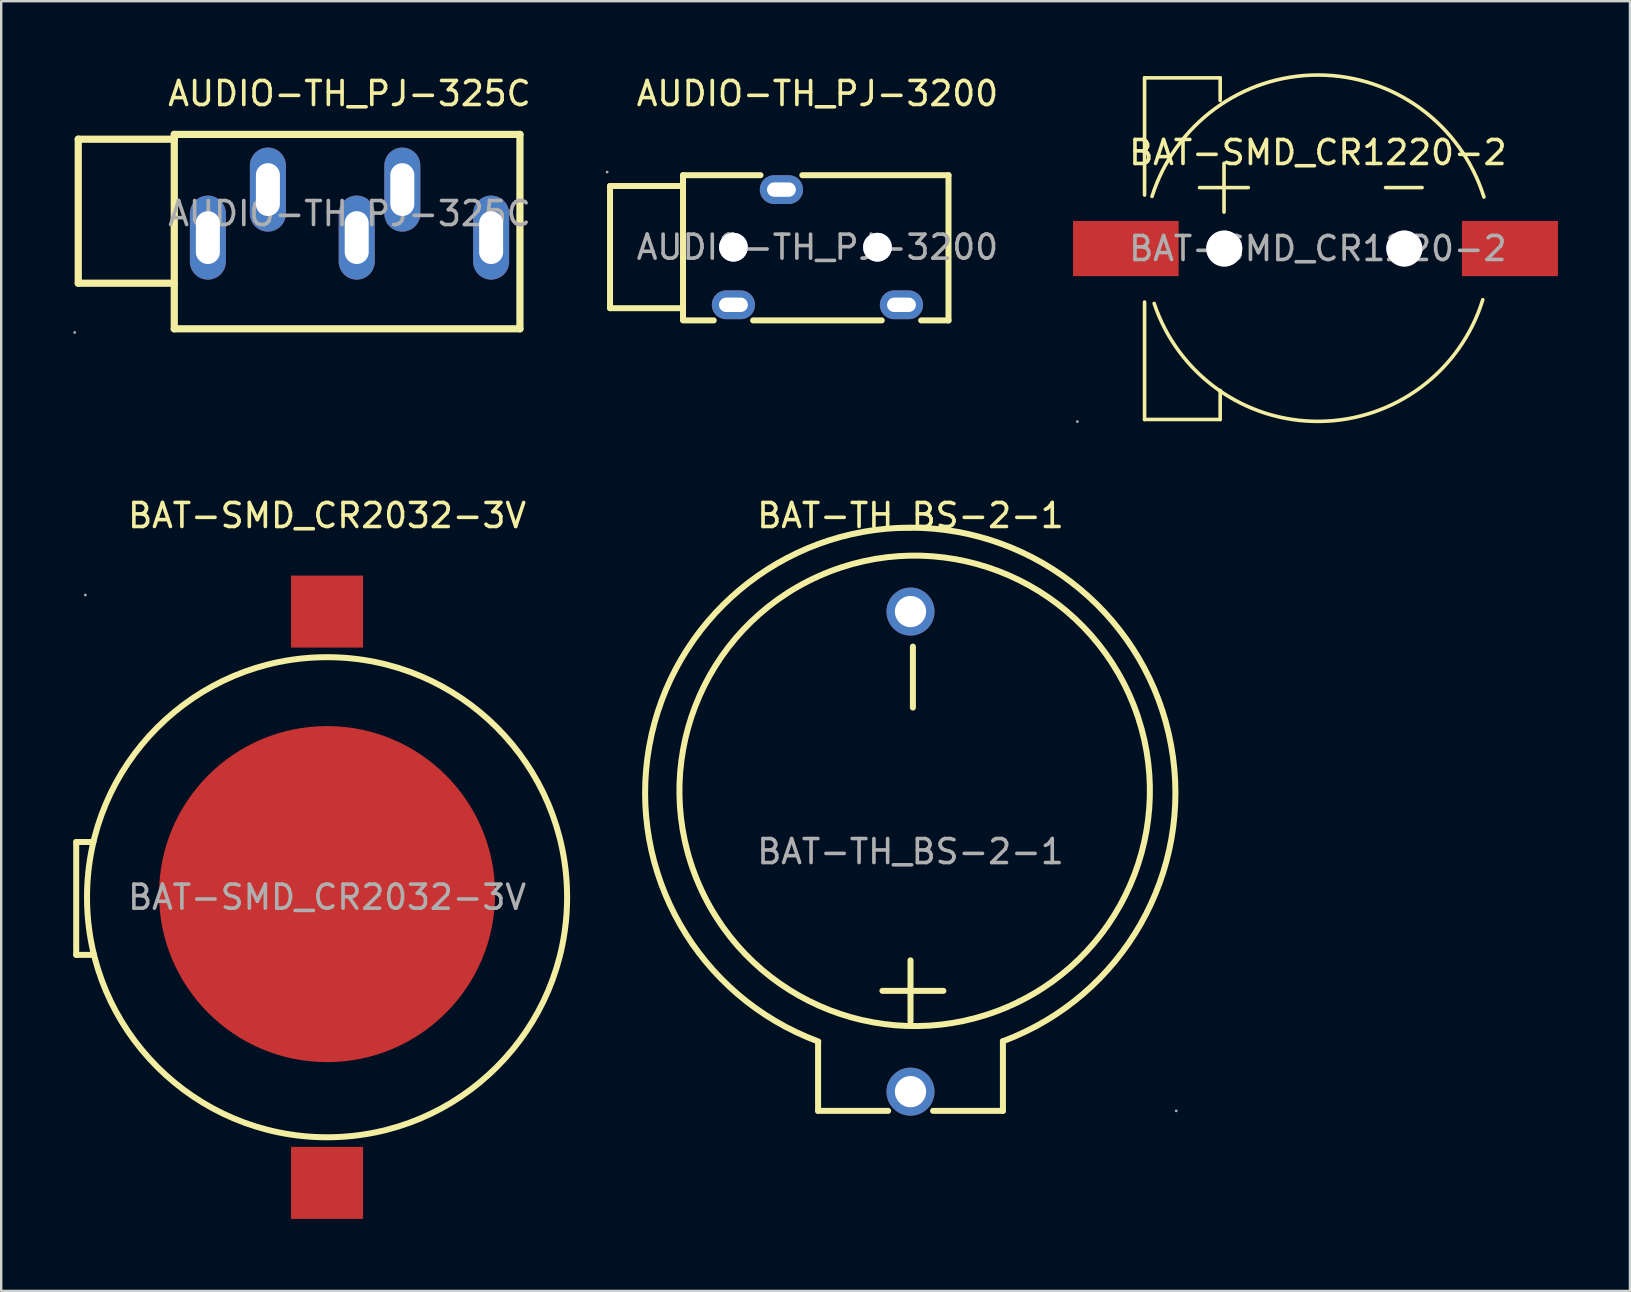
<source format=kicad_pcb>
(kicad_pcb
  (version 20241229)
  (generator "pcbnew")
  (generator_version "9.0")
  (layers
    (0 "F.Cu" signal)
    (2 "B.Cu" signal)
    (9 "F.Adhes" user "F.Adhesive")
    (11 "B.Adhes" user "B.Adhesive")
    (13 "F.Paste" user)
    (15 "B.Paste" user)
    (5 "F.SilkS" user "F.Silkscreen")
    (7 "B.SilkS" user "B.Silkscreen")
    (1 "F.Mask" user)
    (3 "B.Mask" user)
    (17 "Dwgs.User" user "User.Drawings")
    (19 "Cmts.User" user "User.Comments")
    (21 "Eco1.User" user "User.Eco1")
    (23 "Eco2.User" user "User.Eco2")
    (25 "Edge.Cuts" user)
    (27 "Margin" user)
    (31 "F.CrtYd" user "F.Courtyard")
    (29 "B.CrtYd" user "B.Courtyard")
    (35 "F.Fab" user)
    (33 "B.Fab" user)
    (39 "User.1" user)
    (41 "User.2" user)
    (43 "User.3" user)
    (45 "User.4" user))
  (footprint "BAT-SMD_CR1220-2"
    (layer "F.Cu")
    (at 51.851 7.304)
    (property "Reference" "BAT-SMD_CR1220-2" (at 0 -4 0) (layer "F.SilkS") (effects (font (size 1 1) (thickness 0.15))))
    (attr through_hole)
    (fp_line (start -7.22 -7.11) (end -7.22 -2.23) (stroke (width 0.15) (type solid)) (layer "F.SilkS"))
    (fp_line (start -7.22 2.23) (end -7.22 7.12) (stroke (width 0.15) (type solid)) (layer "F.SilkS"))
    (fp_line (start -7.22 7.12) (end -4.07 7.12) (stroke (width 0.15) (type solid)) (layer "F.SilkS"))
    (fp_line (start -4.93 -2.54) (end -2.9 -2.54) (stroke (width 0.15) (type solid)) (layer "F.SilkS"))
    (fp_line (start -4.07 -7.11) (end -7.22 -7.11) (stroke (width 0.15) (type solid)) (layer "F.SilkS"))
    (fp_line (start -4.07 -6.17) (end -4.07 -7.11) (stroke (width 0.15) (type solid)) (layer "F.SilkS"))
    (fp_line (start -4.07 7.12) (end -4.07 5.91) (stroke (width 0.15) (type solid)) (layer "F.SilkS"))
    (fp_line (start -3.91 -1.52) (end -3.91 -3.55) (stroke (width 0.15) (type solid)) (layer "F.SilkS"))
    (fp_line (start 2.82 -2.54) (end 4.34 -2.54) (stroke (width 0.15) (type solid)) (layer "F.SilkS"))
    (fp_arc (start -6.91 -2.17) (mid 0.012661 -7.228727) (end 6.917608 -2.145848) (stroke (width 0.15) (type solid)) (layer "F.SilkS"))
    (fp_arc (start 6.87 2.13) (mid 0.08224 7.199196) (end -6.819706 2.286601) (stroke (width 0.15) (type solid)) (layer "F.SilkS"))
    (fp_circle (center -3.91 0) (end -3.66 0) (stroke (width 0.5) (type solid)) (fill no) (layer "Cmts.User"))
    (fp_circle (center 3.58 0) (end 3.83 0) (stroke (width 0.5) (type solid)) (fill no) (layer "Cmts.User"))
    (fp_circle (center -10.02 7.21) (end -9.99 7.21) (stroke (width 0.06) (type solid)) (fill no) (layer "F.Fab"))
    (fp_text user "${REFERENCE}" (at 0 0 0) (layer "F.Fab") (effects (font (size 1 1) (thickness 0.15))))
    (pad "" thru_hole circle (at -3.9 0) (size 1.5 1.5) (drill 1.5) (layers "*.Cu" "*.Mask"))
    (pad "" thru_hole circle (at 3.6 0) (size 1.5 1.5) (drill 1.5) (layers "*.Cu" "*.Mask"))
    (pad "1" smd rect (at -8 0 180) (size 4.4 2.3) (layers "F.Cu" "F.Mask" "F.Paste"))
    (pad "2" smd rect (at 8 0 180) (size 4 2.3) (layers "F.Cu" "F.Mask" "F.Paste")))
  (footprint "BAT-TH_BS-2-1"
    (layer "F.Cu")
    (at 34.88 32.427)
    (property "Reference" "BAT-TH_BS-2-1" (at 0 -14 0) (layer "F.SilkS") (effects (font (size 1 1) (thickness 0.15))))
    (attr through_hole)
    (fp_line (start -3.85 10.8) (end -3.85 8) (stroke (width 0.25) (type solid)) (layer "F.SilkS"))
    (fp_line (start -3.85 10.8) (end -0.93 10.8) (stroke (width 0.25) (type solid)) (layer "F.SilkS"))
    (fp_line (start 0 7.07) (end 0 4.53) (stroke (width 0.25) (type solid)) (layer "F.SilkS"))
    (fp_line (start 0.1 -6) (end 0.1 -8.54) (stroke (width 0.25) (type solid)) (layer "F.SilkS"))
    (fp_line (start 0.94 10.8) (end 3.85 10.8) (stroke (width 0.25) (type solid)) (layer "F.SilkS"))
    (fp_line (start 1.37 5.8) (end -1.17 5.8) (stroke (width 0.25) (type solid)) (layer "F.SilkS"))
    (fp_line (start 3.85 10.8) (end 3.85 7.9) (stroke (width 0.25) (type solid)) (layer "F.SilkS"))
    (fp_arc (start -3.84 7.91) (mid -0.024669 -13.495283) (end 3.847505 7.89979) (stroke (width 0.25) (type solid)) (layer "F.SilkS"))
    (fp_arc (start 4.11 6.44) (mid -3.815351 -11.479943) (end 4.200599 6.399657) (stroke (width 0.25) (type solid)) (layer "F.SilkS"))
    (fp_circle (center 11.07 10.8) (end 11.1 10.8) (stroke (width 0.06) (type solid)) (fill no) (layer "F.Fab"))
    (fp_text user "${REFERENCE}" (at 0 0 0) (layer "F.Fab") (effects (font (size 1 1) (thickness 0.15))))
    (pad "1" thru_hole circle (at 0 10 90) (size 2 2) (drill 1.3) (layers "*.Cu" "*.Paste" "*.Mask"))
    (pad "2" thru_hole circle (at 0 -10 90) (size 2 2) (drill 1.3) (layers "*.Cu" "*.Paste" "*.Mask")))
  (footprint "AUDIO-TH_PJ-3200"
    (layer "F.Cu")
    (at 31.003 7.248)
    (property "Reference" "AUDIO-TH_PJ-3200" (at 0 -6.4 0) (layer "F.SilkS") (effects (font (size 1 1) (thickness 0.15))))
    (attr through_hole)
    (fp_line (start -8.64 -2.55) (end -8.64 2.54) (stroke (width 0.25) (type solid)) (layer "F.SilkS"))
    (fp_line (start -8.64 2.54) (end -5.6 2.54) (stroke (width 0.25) (type solid)) (layer "F.SilkS"))
    (fp_line (start -5.6 -3) (end -5.6 3) (stroke (width 0.25) (type solid)) (layer "F.SilkS"))
    (fp_line (start -5.6 -3) (end -2.37 -3) (stroke (width 0.25) (type solid)) (layer "F.SilkS"))
    (fp_line (start -5.6 -2.55) (end -8.64 -2.55) (stroke (width 0.25) (type solid)) (layer "F.SilkS"))
    (fp_line (start -4.32 3.05) (end -5.6 3.05) (stroke (width 0.25) (type solid)) (layer "F.SilkS"))
    (fp_line (start -0.63 -3) (end 5.46 -3) (stroke (width 0.25) (type solid)) (layer "F.SilkS"))
    (fp_line (start 2.68 3.05) (end -2.68 3.05) (stroke (width 0.25) (type solid)) (layer "F.SilkS"))
    (fp_line (start 5.46 -3) (end 5.46 3.05) (stroke (width 0.25) (type solid)) (layer "F.SilkS"))
    (fp_line (start 5.46 3.05) (end 4.32 3.05) (stroke (width 0.25) (type solid)) (layer "F.SilkS"))
    (fp_circle (center -8.76 -3.13) (end -8.73 -3.13) (stroke (width 0.06) (type solid)) (fill no) (layer "F.Fab"))
    (fp_circle (center -3.5 0) (end -3.25 0) (stroke (width 0.5) (type solid)) (fill no) (layer "F.Fab"))
    (fp_circle (center 2.5 0) (end 2.75 0) (stroke (width 0.5) (type solid)) (fill no) (layer "F.Fab"))
    (fp_text user "${REFERENCE}" (at 0 0 0) (layer "F.Fab") (effects (font (size 1 1) (thickness 0.15))))
    (pad "" thru_hole circle (at -3.5 0) (size 1.2 1.2) (drill 1.2) (layers "*.Cu" "*.Mask"))
    (pad "" thru_hole circle (at 2.5 0) (size 1.2 1.2) (drill 1.2) (layers "*.Cu" "*.Mask"))
    (pad "2" thru_hole oval (at -1.5 -2.4) (size 1.8 1.2) (drill oval 1.2 0.6) (layers "*.Cu" "*.Paste" "*.Mask"))
    (pad "3" thru_hole oval (at -3.5 2.4) (size 1.8 1.2) (drill oval 1.2 0.6) (layers "*.Cu" "*.Paste" "*.Mask"))
    (pad "4" thru_hole oval (at 3.5 2.4) (size 1.8 1.2) (drill oval 1.2 0.6) (layers "*.Cu" "*.Paste" "*.Mask")))
  (footprint "AUDIO-TH_PJ-325C"
    (layer "F.Cu")
    (at 11.51 5.848)
    (property "Reference" "AUDIO-TH_PJ-325C" (at 0 -5 0) (layer "F.SilkS") (effects (font (size 1 1) (thickness 0.15))))
    (attr through_hole)
    (fp_line (start -11.3 -3.1) (end -11.3 2.9) (stroke (width 0.3) (type solid)) (layer "F.SilkS"))
    (fp_line (start -11.3 2.9) (end -7.3 2.9) (stroke (width 0.3) (type solid)) (layer "F.SilkS"))
    (fp_line (start -7.3 -3.3) (end 7.1 -3.3) (stroke (width 0.3) (type solid)) (layer "F.SilkS"))
    (fp_line (start -7.3 -3.1) (end -11.3 -3.1) (stroke (width 0.3) (type solid)) (layer "F.SilkS"))
    (fp_line (start -7.3 4.8) (end -7.3 -3.3) (stroke (width 0.3) (type solid)) (layer "F.SilkS"))
    (fp_line (start 7.1 -3.3) (end 7.1 4.8) (stroke (width 0.3) (type solid)) (layer "F.SilkS"))
    (fp_line (start 7.1 4.8) (end -7.3 4.8) (stroke (width 0.3) (type solid)) (layer "F.SilkS"))
    (fp_circle (center -11.45 4.95) (end -11.42 4.95) (stroke (width 0.06) (type solid)) (fill no) (layer "F.Fab"))
    (fp_text user "${REFERENCE}" (at 0 0 0) (layer "F.Fab") (effects (font (size 1 1) (thickness 0.15))))
    (pad "1" thru_hole oval (at -5.9 1) (size 1.5 3.5) (drill oval 1 2.2) (layers "*.Cu" "*.Paste" "*.Mask"))
    (pad "2" thru_hole oval (at 0.3 1) (size 1.5 3.5) (drill oval 1 2.2) (layers "*.Cu" "*.Paste" "*.Mask"))
    (pad "3" thru_hole oval (at 2.2 -1) (size 1.5 3.5) (drill oval 1 2.2) (layers "*.Cu" "*.Paste" "*.Mask"))
    (pad "4" thru_hole oval (at 5.9 1) (size 1.5 3.5) (drill oval 1 2.2) (layers "*.Cu" "*.Paste" "*.Mask"))
    (pad "5" thru_hole oval (at -3.4 -1) (size 1.5 3.5) (drill oval 1 2.2) (layers "*.Cu" "*.Paste" "*.Mask")))
  (footprint "BAT-SMD_CR2032-3V"
    (layer "F.Cu")
    (at 10.575 34.327)
    (property "Reference" "BAT-SMD_CR2032-3V" (at 0 -15.9 0) (layer "F.SilkS") (effects (font (size 1 1) (thickness 0.15))))
    (attr through_hole)
    (fp_line (start -10.45 -2.3) (end -10.45 2.4) (stroke (width 0.25) (type solid)) (layer "F.SilkS"))
    (fp_line (start -10.45 2.4) (end -9.71 2.4) (stroke (width 0.25) (type solid)) (layer "F.SilkS"))
    (fp_line (start -9.77 -2.3) (end -10.45 -2.3) (stroke (width 0.25) (type solid)) (layer "F.SilkS"))
    (fp_arc (start -9.728502 -2.316665) (mid -9.74764 -2.304322) (end -9.77 -2.3) (stroke (width 0.25) (type solid)) (layer "F.SilkS"))
    (fp_circle (center 0 0) (end 10 0) (stroke (width 0.25) (type solid)) (fill no) (layer "F.SilkS"))
    (fp_circle (center -10.07 -12.59) (end -10.04 -12.59) (stroke (width 0.06) (type solid)) (fill no) (layer "F.Fab"))
    (fp_text user "${REFERENCE}" (at 0 0 0) (layer "F.Fab") (effects (font (size 1 1) (thickness 0.15))))
    (pad "1" smd rect (at 0 -11.9) (size 3 3) (layers "F.Cu" "F.Mask" "F.Paste"))
    (pad "1" smd rect (at 0 11.9) (size 3 3) (layers "F.Cu" "F.Mask" "F.Paste"))
    (pad "2" smd circle (at 0 -0.13) (size 14 14) (layers "F.Cu" "F.Mask" "F.Paste")))
  (gr_rect
    (start -3 -3)
    (end 64.851 50.727)
    (stroke (width 0.1) (type default))
    (fill no)
    (layer "Edge.Cuts")))
</source>
